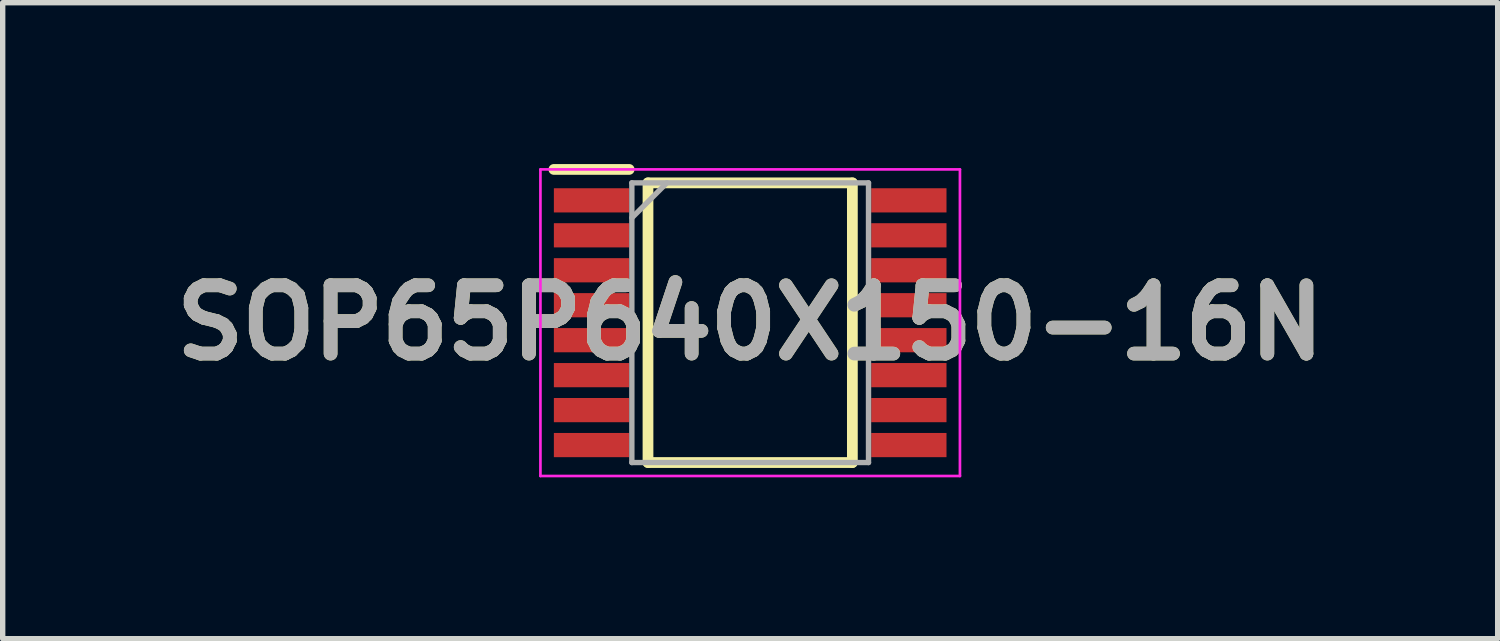
<source format=kicad_pcb>
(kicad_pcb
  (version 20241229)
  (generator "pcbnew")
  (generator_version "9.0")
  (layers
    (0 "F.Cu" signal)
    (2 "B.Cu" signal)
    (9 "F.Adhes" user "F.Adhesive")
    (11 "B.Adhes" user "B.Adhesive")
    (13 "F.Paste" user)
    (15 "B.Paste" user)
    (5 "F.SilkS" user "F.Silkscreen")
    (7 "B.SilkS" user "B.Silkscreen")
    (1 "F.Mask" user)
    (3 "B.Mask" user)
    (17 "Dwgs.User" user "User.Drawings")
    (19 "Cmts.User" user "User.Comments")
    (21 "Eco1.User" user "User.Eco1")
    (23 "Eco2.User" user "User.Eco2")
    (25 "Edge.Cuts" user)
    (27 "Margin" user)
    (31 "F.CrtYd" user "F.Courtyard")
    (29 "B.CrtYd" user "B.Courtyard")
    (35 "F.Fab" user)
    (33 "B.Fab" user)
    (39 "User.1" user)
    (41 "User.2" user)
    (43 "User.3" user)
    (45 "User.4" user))
  (footprint "SOP65P640X150-16N"
    (layer "F.Cu")
    (at 10.898 2.95)
    (property "Reference" "SOP65P640X150-16N" (at 0 0 0) (layer "F.SilkS") (effects (font (size 1.27 1.27) (thickness 0.254))))
    (attr smd)
    (fp_line (start -3.65 -2.85) (end -2.25 -2.85) (stroke (width 0.2) (type solid)) (layer "F.SilkS"))
    (fp_line (start -1.9 -2.6) (end 1.9 -2.6) (stroke (width 0.2) (type solid)) (layer "F.SilkS"))
    (fp_line (start -1.9 2.6) (end -1.9 -2.6) (stroke (width 0.2) (type solid)) (layer "F.SilkS"))
    (fp_line (start 1.9 -2.6) (end 1.9 2.6) (stroke (width 0.2) (type solid)) (layer "F.SilkS"))
    (fp_line (start 1.9 2.6) (end -1.9 2.6) (stroke (width 0.2) (type solid)) (layer "F.SilkS"))
    (fp_line (start -3.9 -2.85) (end 3.9 -2.85) (stroke (width 0.05) (type solid)) (layer "F.CrtYd"))
    (fp_line (start -3.9 2.85) (end -3.9 -2.85) (stroke (width 0.05) (type solid)) (layer "F.CrtYd"))
    (fp_line (start 3.9 -2.85) (end 3.9 2.85) (stroke (width 0.05) (type solid)) (layer "F.CrtYd"))
    (fp_line (start 3.9 2.85) (end -3.9 2.85) (stroke (width 0.05) (type solid)) (layer "F.CrtYd"))
    (fp_line (start -2.2 -2.6) (end 2.2 -2.6) (stroke (width 0.1) (type solid)) (layer "F.Fab"))
    (fp_line (start -2.2 -1.95) (end -1.55 -2.6) (stroke (width 0.1) (type solid)) (layer "F.Fab"))
    (fp_line (start -2.2 2.6) (end -2.2 -2.6) (stroke (width 0.1) (type solid)) (layer "F.Fab"))
    (fp_line (start 2.2 -2.6) (end 2.2 2.6) (stroke (width 0.1) (type solid)) (layer "F.Fab"))
    (fp_line (start 2.2 2.6) (end -2.2 2.6) (stroke (width 0.1) (type solid)) (layer "F.Fab"))
    (fp_text user "${REFERENCE}" (at 0 0 0) (layer "F.Fab") (effects (font (size 1.27 1.27) (thickness 0.254))))
    (pad "1" smd rect (at -2.95 -2.275 90) (size 0.45 1.4) (layers "F.Cu" "F.Mask" "F.Paste"))
    (pad "2" smd rect (at -2.95 -1.625 90) (size 0.45 1.4) (layers "F.Cu" "F.Mask" "F.Paste"))
    (pad "3" smd rect (at -2.95 -0.975 90) (size 0.45 1.4) (layers "F.Cu" "F.Mask" "F.Paste"))
    (pad "4" smd rect (at -2.95 -0.325 90) (size 0.45 1.4) (layers "F.Cu" "F.Mask" "F.Paste"))
    (pad "5" smd rect (at -2.95 0.325 90) (size 0.45 1.4) (layers "F.Cu" "F.Mask" "F.Paste"))
    (pad "6" smd rect (at -2.95 0.975 90) (size 0.45 1.4) (layers "F.Cu" "F.Mask" "F.Paste"))
    (pad "7" smd rect (at -2.95 1.625 90) (size 0.45 1.4) (layers "F.Cu" "F.Mask" "F.Paste"))
    (pad "8" smd rect (at -2.95 2.275 90) (size 0.45 1.4) (layers "F.Cu" "F.Mask" "F.Paste"))
    (pad "9" smd rect (at 2.95 2.275 90) (size 0.45 1.4) (layers "F.Cu" "F.Mask" "F.Paste"))
    (pad "10" smd rect (at 2.95 1.625 90) (size 0.45 1.4) (layers "F.Cu" "F.Mask" "F.Paste"))
    (pad "11" smd rect (at 2.95 0.975 90) (size 0.45 1.4) (layers "F.Cu" "F.Mask" "F.Paste"))
    (pad "12" smd rect (at 2.95 0.325 90) (size 0.45 1.4) (layers "F.Cu" "F.Mask" "F.Paste"))
    (pad "13" smd rect (at 2.95 -0.325 90) (size 0.45 1.4) (layers "F.Cu" "F.Mask" "F.Paste"))
    (pad "14" smd rect (at 2.95 -0.975 90) (size 0.45 1.4) (layers "F.Cu" "F.Mask" "F.Paste"))
    (pad "15" smd rect (at 2.95 -1.625 90) (size 0.45 1.4) (layers "F.Cu" "F.Mask" "F.Paste"))
    (pad "16" smd rect (at 2.95 -2.275 90) (size 0.45 1.4) (layers "F.Cu" "F.Mask" "F.Paste")))
  (gr_rect
    (start -3 -3)
    (end 24.796 8.825)
    (stroke (width 0.1) (type default))
    (fill no)
    (layer "Edge.Cuts")))
</source>
